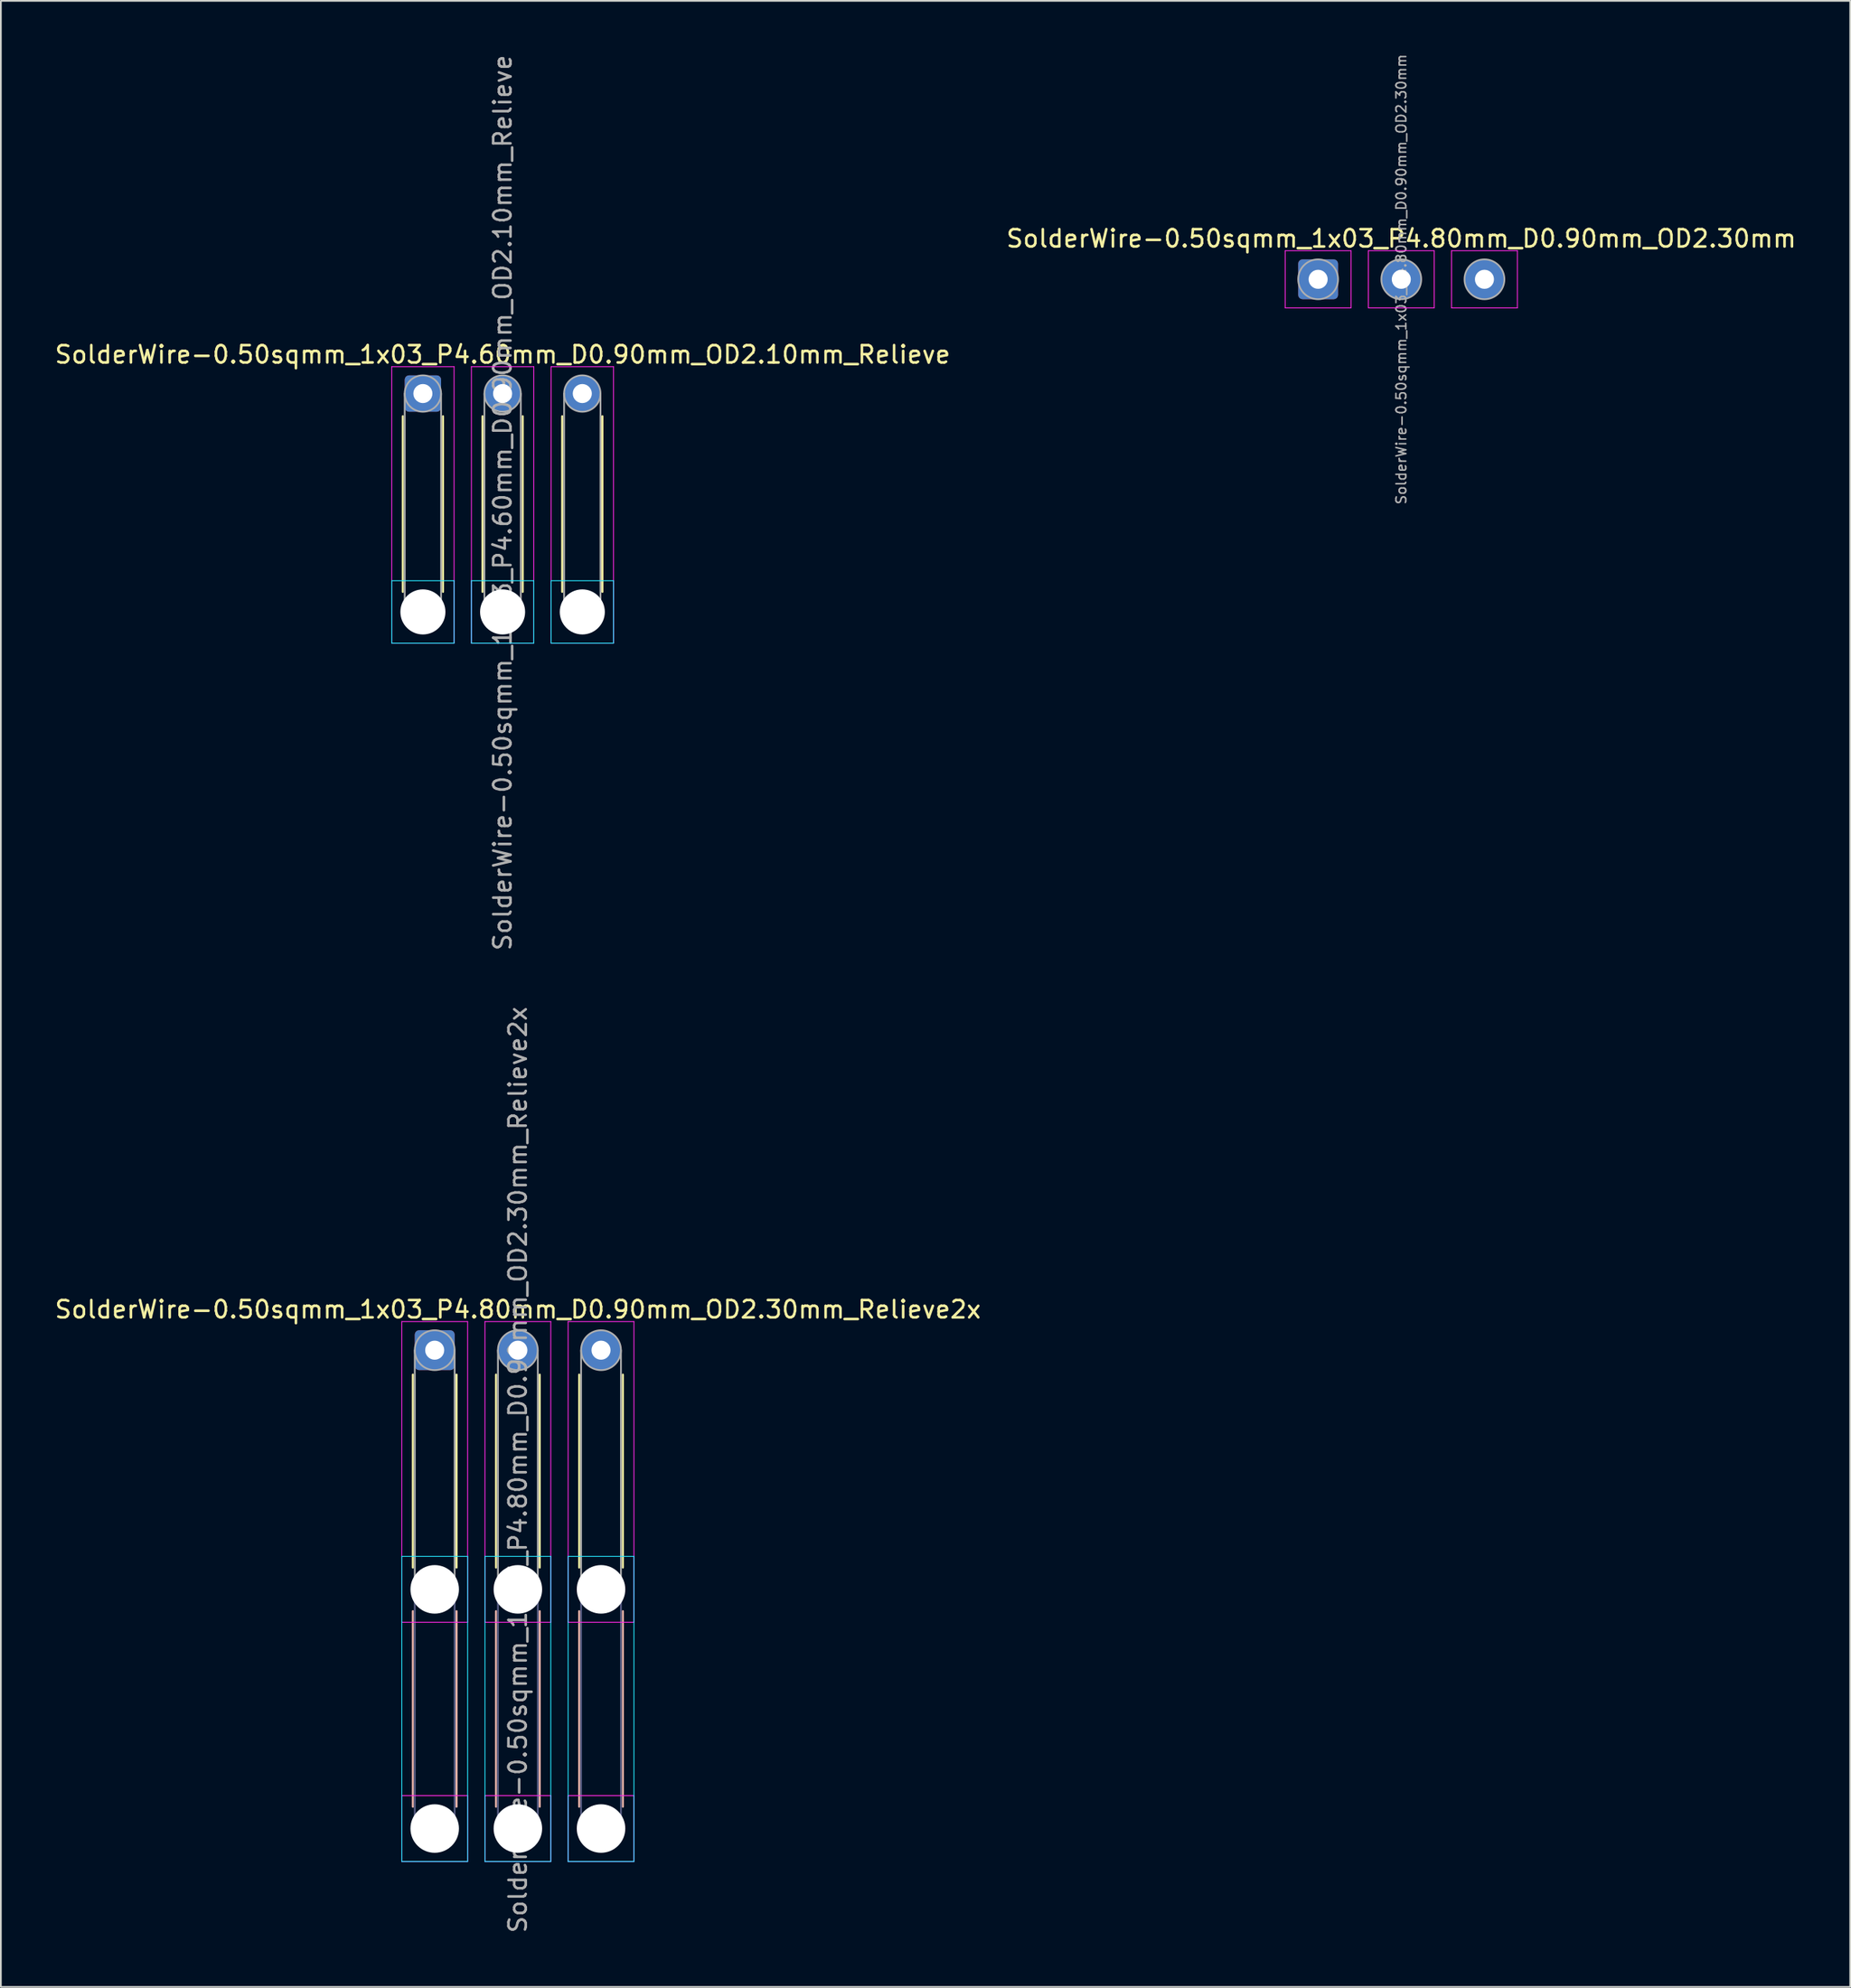
<source format=kicad_pcb>
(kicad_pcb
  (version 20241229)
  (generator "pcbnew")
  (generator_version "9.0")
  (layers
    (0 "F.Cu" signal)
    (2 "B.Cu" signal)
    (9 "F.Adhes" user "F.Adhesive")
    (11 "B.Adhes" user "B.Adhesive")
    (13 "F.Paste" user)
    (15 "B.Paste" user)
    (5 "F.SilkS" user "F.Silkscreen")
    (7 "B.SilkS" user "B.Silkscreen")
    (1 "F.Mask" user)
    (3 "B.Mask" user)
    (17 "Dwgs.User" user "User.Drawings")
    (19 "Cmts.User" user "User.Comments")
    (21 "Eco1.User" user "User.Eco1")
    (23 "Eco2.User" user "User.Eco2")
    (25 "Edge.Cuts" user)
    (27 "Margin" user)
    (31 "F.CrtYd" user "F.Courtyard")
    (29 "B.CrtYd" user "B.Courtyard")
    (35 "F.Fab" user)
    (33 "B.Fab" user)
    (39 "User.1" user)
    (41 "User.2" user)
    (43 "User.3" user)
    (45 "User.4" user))
  (footprint "SolderWire-0.50sqmm_1x03_P4.80mm_D0.90mm_OD2.30mm_Relieve2x"
    (layer "F.Cu")
    (at 22.039 74.856)
    (property "Reference" "SolderWire-0.50sqmm_1x03_P4.80mm_D0.90mm_OD2.30mm_Relieve2x" (at 4.8 -2.35 0) (layer "F.SilkS") (effects (font (size 1 1) (thickness 0.15))))
    (attr exclude_from_pos_files exclude_from_bom)
    (fp_line (start -1.26 1.41) (end -1.26 12.54) (stroke (width 0.12) (type solid)) (layer "F.SilkS"))
    (fp_line (start 1.26 1.41) (end 1.26 12.54) (stroke (width 0.12) (type solid)) (layer "F.SilkS"))
    (fp_line (start 3.54 1.41) (end 3.54 12.54) (stroke (width 0.12) (type solid)) (layer "F.SilkS"))
    (fp_line (start 6.06 1.41) (end 6.06 12.54) (stroke (width 0.12) (type solid)) (layer "F.SilkS"))
    (fp_line (start 8.34 1.41) (end 8.34 12.54) (stroke (width 0.12) (type solid)) (layer "F.SilkS"))
    (fp_line (start 10.86 1.41) (end 10.86 12.54) (stroke (width 0.12) (type solid)) (layer "F.SilkS"))
    (fp_line (start -1.26 15.06) (end -1.26 26.34) (stroke (width 0.12) (type solid)) (layer "B.SilkS"))
    (fp_line (start 1.26 15.06) (end 1.26 26.34) (stroke (width 0.12) (type solid)) (layer "B.SilkS"))
    (fp_line (start 3.54 15.06) (end 3.54 26.34) (stroke (width 0.12) (type solid)) (layer "B.SilkS"))
    (fp_line (start 6.06 15.06) (end 6.06 26.34) (stroke (width 0.12) (type solid)) (layer "B.SilkS"))
    (fp_line (start 8.34 15.06) (end 8.34 26.34) (stroke (width 0.12) (type solid)) (layer "B.SilkS"))
    (fp_line (start 10.86 15.06) (end 10.86 26.34) (stroke (width 0.12) (type solid)) (layer "B.SilkS"))
    (fp_line (start -1.9 11.9) (end -1.9 29.5) (stroke (width 0.05) (type solid)) (layer "B.CrtYd"))
    (fp_line (start -1.9 29.5) (end 1.9 29.5) (stroke (width 0.05) (type solid)) (layer "B.CrtYd"))
    (fp_line (start 1.9 11.9) (end -1.9 11.9) (stroke (width 0.05) (type solid)) (layer "B.CrtYd"))
    (fp_line (start 1.9 29.5) (end 1.9 11.9) (stroke (width 0.05) (type solid)) (layer "B.CrtYd"))
    (fp_line (start 2.9 11.9) (end 2.9 29.5) (stroke (width 0.05) (type solid)) (layer "B.CrtYd"))
    (fp_line (start 2.9 29.5) (end 6.7 29.5) (stroke (width 0.05) (type solid)) (layer "B.CrtYd"))
    (fp_line (start 6.7 11.9) (end 2.9 11.9) (stroke (width 0.05) (type solid)) (layer "B.CrtYd"))
    (fp_line (start 6.7 29.5) (end 6.7 11.9) (stroke (width 0.05) (type solid)) (layer "B.CrtYd"))
    (fp_line (start 7.7 11.9) (end 7.7 29.5) (stroke (width 0.05) (type solid)) (layer "B.CrtYd"))
    (fp_line (start 7.7 29.5) (end 11.5 29.5) (stroke (width 0.05) (type solid)) (layer "B.CrtYd"))
    (fp_line (start 11.5 11.9) (end 7.7 11.9) (stroke (width 0.05) (type solid)) (layer "B.CrtYd"))
    (fp_line (start 11.5 29.5) (end 11.5 11.9) (stroke (width 0.05) (type solid)) (layer "B.CrtYd"))
    (fp_line (start -1.9 -1.65) (end -1.9 15.7) (stroke (width 0.05) (type solid)) (layer "F.CrtYd"))
    (fp_line (start -1.9 15.7) (end 1.9 15.7) (stroke (width 0.05) (type solid)) (layer "F.CrtYd"))
    (fp_line (start -1.9 25.7) (end -1.9 29.5) (stroke (width 0.05) (type solid)) (layer "F.CrtYd"))
    (fp_line (start -1.9 29.5) (end 1.9 29.5) (stroke (width 0.05) (type solid)) (layer "F.CrtYd"))
    (fp_line (start 1.9 -1.65) (end -1.9 -1.65) (stroke (width 0.05) (type solid)) (layer "F.CrtYd"))
    (fp_line (start 1.9 15.7) (end 1.9 -1.65) (stroke (width 0.05) (type solid)) (layer "F.CrtYd"))
    (fp_line (start 1.9 25.7) (end -1.9 25.7) (stroke (width 0.05) (type solid)) (layer "F.CrtYd"))
    (fp_line (start 1.9 29.5) (end 1.9 25.7) (stroke (width 0.05) (type solid)) (layer "F.CrtYd"))
    (fp_line (start 2.9 -1.65) (end 2.9 15.7) (stroke (width 0.05) (type solid)) (layer "F.CrtYd"))
    (fp_line (start 2.9 15.7) (end 6.7 15.7) (stroke (width 0.05) (type solid)) (layer "F.CrtYd"))
    (fp_line (start 2.9 25.7) (end 2.9 29.5) (stroke (width 0.05) (type solid)) (layer "F.CrtYd"))
    (fp_line (start 2.9 29.5) (end 6.7 29.5) (stroke (width 0.05) (type solid)) (layer "F.CrtYd"))
    (fp_line (start 6.7 -1.65) (end 2.9 -1.65) (stroke (width 0.05) (type solid)) (layer "F.CrtYd"))
    (fp_line (start 6.7 15.7) (end 6.7 -1.65) (stroke (width 0.05) (type solid)) (layer "F.CrtYd"))
    (fp_line (start 6.7 25.7) (end 2.9 25.7) (stroke (width 0.05) (type solid)) (layer "F.CrtYd"))
    (fp_line (start 6.7 29.5) (end 6.7 25.7) (stroke (width 0.05) (type solid)) (layer "F.CrtYd"))
    (fp_line (start 7.7 -1.65) (end 7.7 15.7) (stroke (width 0.05) (type solid)) (layer "F.CrtYd"))
    (fp_line (start 7.7 15.7) (end 11.5 15.7) (stroke (width 0.05) (type solid)) (layer "F.CrtYd"))
    (fp_line (start 7.7 25.7) (end 7.7 29.5) (stroke (width 0.05) (type solid)) (layer "F.CrtYd"))
    (fp_line (start 7.7 29.5) (end 11.5 29.5) (stroke (width 0.05) (type solid)) (layer "F.CrtYd"))
    (fp_line (start 11.5 -1.65) (end 7.7 -1.65) (stroke (width 0.05) (type solid)) (layer "F.CrtYd"))
    (fp_line (start 11.5 15.7) (end 11.5 -1.65) (stroke (width 0.05) (type solid)) (layer "F.CrtYd"))
    (fp_line (start 11.5 25.7) (end 7.7 25.7) (stroke (width 0.05) (type solid)) (layer "F.CrtYd"))
    (fp_line (start 11.5 29.5) (end 11.5 25.7) (stroke (width 0.05) (type solid)) (layer "F.CrtYd"))
    (fp_line (start -1.15 13.8) (end -1.15 27.6) (stroke (width 0.1) (type solid)) (layer "B.Fab"))
    (fp_line (start 1.15 13.8) (end 1.15 27.6) (stroke (width 0.1) (type solid)) (layer "B.Fab"))
    (fp_line (start 3.65 13.8) (end 3.65 27.6) (stroke (width 0.1) (type solid)) (layer "B.Fab"))
    (fp_line (start 5.95 13.8) (end 5.95 27.6) (stroke (width 0.1) (type solid)) (layer "B.Fab"))
    (fp_line (start 8.45 13.8) (end 8.45 27.6) (stroke (width 0.1) (type solid)) (layer "B.Fab"))
    (fp_line (start 10.75 13.8) (end 10.75 27.6) (stroke (width 0.1) (type solid)) (layer "B.Fab"))
    (fp_circle (center 0 13.8) (end 1.15 13.8) (stroke (width 0.1) (type solid)) (fill no) (layer "B.Fab"))
    (fp_circle (center 0 27.6) (end 1.15 27.6) (stroke (width 0.1) (type solid)) (fill no) (layer "B.Fab"))
    (fp_circle (center 4.8 13.8) (end 5.95 13.8) (stroke (width 0.1) (type solid)) (fill no) (layer "B.Fab"))
    (fp_circle (center 4.8 27.6) (end 5.95 27.6) (stroke (width 0.1) (type solid)) (fill no) (layer "B.Fab"))
    (fp_circle (center 9.6 13.8) (end 10.75 13.8) (stroke (width 0.1) (type solid)) (fill no) (layer "B.Fab"))
    (fp_circle (center 9.6 27.6) (end 10.75 27.6) (stroke (width 0.1) (type solid)) (fill no) (layer "B.Fab"))
    (fp_line (start -1.15 0) (end -1.15 13.8) (stroke (width 0.1) (type solid)) (layer "F.Fab"))
    (fp_line (start 1.15 0) (end 1.15 13.8) (stroke (width 0.1) (type solid)) (layer "F.Fab"))
    (fp_line (start 3.65 0) (end 3.65 13.8) (stroke (width 0.1) (type solid)) (layer "F.Fab"))
    (fp_line (start 5.95 0) (end 5.95 13.8) (stroke (width 0.1) (type solid)) (layer "F.Fab"))
    (fp_line (start 8.45 0) (end 8.45 13.8) (stroke (width 0.1) (type solid)) (layer "F.Fab"))
    (fp_line (start 10.75 0) (end 10.75 13.8) (stroke (width 0.1) (type solid)) (layer "F.Fab"))
    (fp_circle (center 0 0) (end 1.15 0) (stroke (width 0.1) (type solid)) (fill no) (layer "F.Fab"))
    (fp_circle (center 0 13.8) (end 1.15 13.8) (stroke (width 0.1) (type solid)) (fill no) (layer "F.Fab"))
    (fp_circle (center 0 27.6) (end 1.15 27.6) (stroke (width 0.1) (type solid)) (fill no) (layer "F.Fab"))
    (fp_circle (center 4.8 0) (end 5.95 0) (stroke (width 0.1) (type solid)) (fill no) (layer "F.Fab"))
    (fp_circle (center 4.8 13.8) (end 5.95 13.8) (stroke (width 0.1) (type solid)) (fill no) (layer "F.Fab"))
    (fp_circle (center 4.8 27.6) (end 5.95 27.6) (stroke (width 0.1) (type solid)) (fill no) (layer "F.Fab"))
    (fp_circle (center 9.6 0) (end 10.75 0) (stroke (width 0.1) (type solid)) (fill no) (layer "F.Fab"))
    (fp_circle (center 9.6 13.8) (end 10.75 13.8) (stroke (width 0.1) (type solid)) (fill no) (layer "F.Fab"))
    (fp_circle (center 9.6 27.6) (end 10.75 27.6) (stroke (width 0.1) (type solid)) (fill no) (layer "F.Fab"))
    (fp_text user "${REFERENCE}" (at 4.8 6.9 90) (layer "F.Fab") (effects (font (size 1 1) (thickness 0.15))))
    (pad "" np_thru_hole circle (at 0 13.8) (size 2.8 2.8) (drill 2.8) (layers "*.Cu" "*.Mask"))
    (pad "" np_thru_hole circle (at 0 27.6) (size 2.8 2.8) (drill 2.8) (layers "*.Cu" "*.Mask"))
    (pad "" np_thru_hole circle (at 4.8 13.8) (size 2.8 2.8) (drill 2.8) (layers "*.Cu" "*.Mask"))
    (pad "" np_thru_hole circle (at 4.8 27.6) (size 2.8 2.8) (drill 2.8) (layers "*.Cu" "*.Mask"))
    (pad "" np_thru_hole circle (at 9.6 13.8) (size 2.8 2.8) (drill 2.8) (layers "*.Cu" "*.Mask"))
    (pad "" np_thru_hole circle (at 9.6 27.6) (size 2.8 2.8) (drill 2.8) (layers "*.Cu" "*.Mask"))
    (pad "1" thru_hole roundrect (at 0 0) (size 2.3 2.3) (drill 1.1) (layers "*.Cu" "*.Mask") (roundrect_rratio 0.109))
    (pad "2" thru_hole circle (at 4.8 0) (size 2.3 2.3) (drill 1.1) (layers "*.Cu" "*.Mask"))
    (pad "3" thru_hole circle (at 9.6 0) (size 2.3 2.3) (drill 1.1) (layers "*.Cu" "*.Mask")))
  (footprint "SolderWire-0.50sqmm_1x03_P4.80mm_D0.90mm_OD2.30mm"
    (layer "F.Cu")
    (at 73.027 13.066)
    (property "Reference" "SolderWire-0.50sqmm_1x03_P4.80mm_D0.90mm_OD2.30mm" (at 4.8 -2.35 0) (layer "F.SilkS") (effects (font (size 1 1) (thickness 0.15))))
    (attr exclude_from_pos_files exclude_from_bom)
    (fp_line (start -1.9 -1.65) (end -1.9 1.65) (stroke (width 0.05) (type solid)) (layer "F.CrtYd"))
    (fp_line (start -1.9 1.65) (end 1.9 1.65) (stroke (width 0.05) (type solid)) (layer "F.CrtYd"))
    (fp_line (start 1.9 -1.65) (end -1.9 -1.65) (stroke (width 0.05) (type solid)) (layer "F.CrtYd"))
    (fp_line (start 1.9 1.65) (end 1.9 -1.65) (stroke (width 0.05) (type solid)) (layer "F.CrtYd"))
    (fp_line (start 2.9 -1.65) (end 2.9 1.65) (stroke (width 0.05) (type solid)) (layer "F.CrtYd"))
    (fp_line (start 2.9 1.65) (end 6.7 1.65) (stroke (width 0.05) (type solid)) (layer "F.CrtYd"))
    (fp_line (start 6.7 -1.65) (end 2.9 -1.65) (stroke (width 0.05) (type solid)) (layer "F.CrtYd"))
    (fp_line (start 6.7 1.65) (end 6.7 -1.65) (stroke (width 0.05) (type solid)) (layer "F.CrtYd"))
    (fp_line (start 7.7 -1.65) (end 7.7 1.65) (stroke (width 0.05) (type solid)) (layer "F.CrtYd"))
    (fp_line (start 7.7 1.65) (end 11.5 1.65) (stroke (width 0.05) (type solid)) (layer "F.CrtYd"))
    (fp_line (start 11.5 -1.65) (end 7.7 -1.65) (stroke (width 0.05) (type solid)) (layer "F.CrtYd"))
    (fp_line (start 11.5 1.65) (end 11.5 -1.65) (stroke (width 0.05) (type solid)) (layer "F.CrtYd"))
    (fp_circle (center 0 0) (end 1.15 0) (stroke (width 0.1) (type solid)) (fill no) (layer "F.Fab"))
    (fp_circle (center 4.8 0) (end 5.95 0) (stroke (width 0.1) (type solid)) (fill no) (layer "F.Fab"))
    (fp_circle (center 9.6 0) (end 10.75 0) (stroke (width 0.1) (type solid)) (fill no) (layer "F.Fab"))
    (fp_text user "${REFERENCE}" (at 4.8 0 90) (layer "F.Fab") (effects (font (size 0.57 0.57) (thickness 0.09))))
    (pad "1" thru_hole roundrect (at 0 0) (size 2.3 2.3) (drill 1.1) (layers "*.Cu" "*.Mask") (roundrect_rratio 0.109))
    (pad "2" thru_hole circle (at 4.8 0) (size 2.3 2.3) (drill 1.1) (layers "*.Cu" "*.Mask"))
    (pad "3" thru_hole circle (at 9.6 0) (size 2.3 2.3) (drill 1.1) (layers "*.Cu" "*.Mask")))
  (footprint "SolderWire-0.50sqmm_1x03_P4.60mm_D0.90mm_OD2.10mm_Relieve"
    (layer "F.Cu")
    (at 21.358 19.658)
    (property "Reference" "SolderWire-0.50sqmm_1x03_P4.60mm_D0.90mm_OD2.10mm_Relieve" (at 4.6 -2.25 0) (layer "F.SilkS") (effects (font (size 1 1) (thickness 0.15))))
    (attr exclude_from_pos_files exclude_from_bom)
    (fp_line (start -1.16 1.31) (end -1.16 11.44) (stroke (width 0.12) (type solid)) (layer "F.SilkS"))
    (fp_line (start 1.16 1.31) (end 1.16 11.44) (stroke (width 0.12) (type solid)) (layer "F.SilkS"))
    (fp_line (start 3.44 1.31) (end 3.44 11.44) (stroke (width 0.12) (type solid)) (layer "F.SilkS"))
    (fp_line (start 5.76 1.31) (end 5.76 11.44) (stroke (width 0.12) (type solid)) (layer "F.SilkS"))
    (fp_line (start 8.04 1.31) (end 8.04 11.44) (stroke (width 0.12) (type solid)) (layer "F.SilkS"))
    (fp_line (start 10.36 1.31) (end 10.36 11.44) (stroke (width 0.12) (type solid)) (layer "F.SilkS"))
    (fp_line (start -1.8 10.8) (end -1.8 14.4) (stroke (width 0.05) (type solid)) (layer "B.CrtYd"))
    (fp_line (start -1.8 14.4) (end 1.8 14.4) (stroke (width 0.05) (type solid)) (layer "B.CrtYd"))
    (fp_line (start 1.8 10.8) (end -1.8 10.8) (stroke (width 0.05) (type solid)) (layer "B.CrtYd"))
    (fp_line (start 1.8 14.4) (end 1.8 10.8) (stroke (width 0.05) (type solid)) (layer "B.CrtYd"))
    (fp_line (start 2.8 10.8) (end 2.8 14.4) (stroke (width 0.05) (type solid)) (layer "B.CrtYd"))
    (fp_line (start 2.8 14.4) (end 6.4 14.4) (stroke (width 0.05) (type solid)) (layer "B.CrtYd"))
    (fp_line (start 6.4 10.8) (end 2.8 10.8) (stroke (width 0.05) (type solid)) (layer "B.CrtYd"))
    (fp_line (start 6.4 14.4) (end 6.4 10.8) (stroke (width 0.05) (type solid)) (layer "B.CrtYd"))
    (fp_line (start 7.4 10.8) (end 7.4 14.4) (stroke (width 0.05) (type solid)) (layer "B.CrtYd"))
    (fp_line (start 7.4 14.4) (end 11 14.4) (stroke (width 0.05) (type solid)) (layer "B.CrtYd"))
    (fp_line (start 11 10.8) (end 7.4 10.8) (stroke (width 0.05) (type solid)) (layer "B.CrtYd"))
    (fp_line (start 11 14.4) (end 11 10.8) (stroke (width 0.05) (type solid)) (layer "B.CrtYd"))
    (fp_line (start -1.8 -1.55) (end -1.8 14.4) (stroke (width 0.05) (type solid)) (layer "F.CrtYd"))
    (fp_line (start -1.8 14.4) (end 1.8 14.4) (stroke (width 0.05) (type solid)) (layer "F.CrtYd"))
    (fp_line (start 1.8 -1.55) (end -1.8 -1.55) (stroke (width 0.05) (type solid)) (layer "F.CrtYd"))
    (fp_line (start 1.8 14.4) (end 1.8 -1.55) (stroke (width 0.05) (type solid)) (layer "F.CrtYd"))
    (fp_line (start 2.8 -1.55) (end 2.8 14.4) (stroke (width 0.05) (type solid)) (layer "F.CrtYd"))
    (fp_line (start 2.8 14.4) (end 6.4 14.4) (stroke (width 0.05) (type solid)) (layer "F.CrtYd"))
    (fp_line (start 6.4 -1.55) (end 2.8 -1.55) (stroke (width 0.05) (type solid)) (layer "F.CrtYd"))
    (fp_line (start 6.4 14.4) (end 6.4 -1.55) (stroke (width 0.05) (type solid)) (layer "F.CrtYd"))
    (fp_line (start 7.4 -1.55) (end 7.4 14.4) (stroke (width 0.05) (type solid)) (layer "F.CrtYd"))
    (fp_line (start 7.4 14.4) (end 11 14.4) (stroke (width 0.05) (type solid)) (layer "F.CrtYd"))
    (fp_line (start 11 -1.55) (end 7.4 -1.55) (stroke (width 0.05) (type solid)) (layer "F.CrtYd"))
    (fp_line (start 11 14.4) (end 11 -1.55) (stroke (width 0.05) (type solid)) (layer "F.CrtYd"))
    (fp_line (start -1.05 0) (end -1.05 12.6) (stroke (width 0.1) (type solid)) (layer "F.Fab"))
    (fp_line (start 1.05 0) (end 1.05 12.6) (stroke (width 0.1) (type solid)) (layer "F.Fab"))
    (fp_line (start 3.55 0) (end 3.55 12.6) (stroke (width 0.1) (type solid)) (layer "F.Fab"))
    (fp_line (start 5.65 0) (end 5.65 12.6) (stroke (width 0.1) (type solid)) (layer "F.Fab"))
    (fp_line (start 8.15 0) (end 8.15 12.6) (stroke (width 0.1) (type solid)) (layer "F.Fab"))
    (fp_line (start 10.25 0) (end 10.25 12.6) (stroke (width 0.1) (type solid)) (layer "F.Fab"))
    (fp_circle (center 0 0) (end 1.05 0) (stroke (width 0.1) (type solid)) (fill no) (layer "F.Fab"))
    (fp_circle (center 0 12.6) (end 1.05 12.6) (stroke (width 0.1) (type solid)) (fill no) (layer "F.Fab"))
    (fp_circle (center 4.6 0) (end 5.65 0) (stroke (width 0.1) (type solid)) (fill no) (layer "F.Fab"))
    (fp_circle (center 4.6 12.6) (end 5.65 12.6) (stroke (width 0.1) (type solid)) (fill no) (layer "F.Fab"))
    (fp_circle (center 9.2 0) (end 10.25 0) (stroke (width 0.1) (type solid)) (fill no) (layer "F.Fab"))
    (fp_circle (center 9.2 12.6) (end 10.25 12.6) (stroke (width 0.1) (type solid)) (fill no) (layer "F.Fab"))
    (fp_text user "${REFERENCE}" (at 4.6 6.3 90) (layer "F.Fab") (effects (font (size 1 1) (thickness 0.15))))
    (pad "" np_thru_hole circle (at 0 12.6) (size 2.6 2.6) (drill 2.6) (layers "*.Cu" "*.Mask"))
    (pad "" np_thru_hole circle (at 4.6 12.6) (size 2.6 2.6) (drill 2.6) (layers "*.Cu" "*.Mask"))
    (pad "" np_thru_hole circle (at 9.2 12.6) (size 2.6 2.6) (drill 2.6) (layers "*.Cu" "*.Mask"))
    (pad "1" thru_hole roundrect (at 0 0) (size 2.1 2.1) (drill 1.1) (layers "*.Cu" "*.Mask") (roundrect_rratio 0.119))
    (pad "2" thru_hole circle (at 4.6 0) (size 2.1 2.1) (drill 1.1) (layers "*.Cu" "*.Mask"))
    (pad "3" thru_hole circle (at 9.2 0) (size 2.1 2.1) (drill 1.1) (layers "*.Cu" "*.Mask")))
  (gr_rect
    (start -3 -3)
    (end 103.738 111.595)
    (stroke (width 0.1) (type default))
    (fill no)
    (layer "Edge.Cuts")))
</source>
